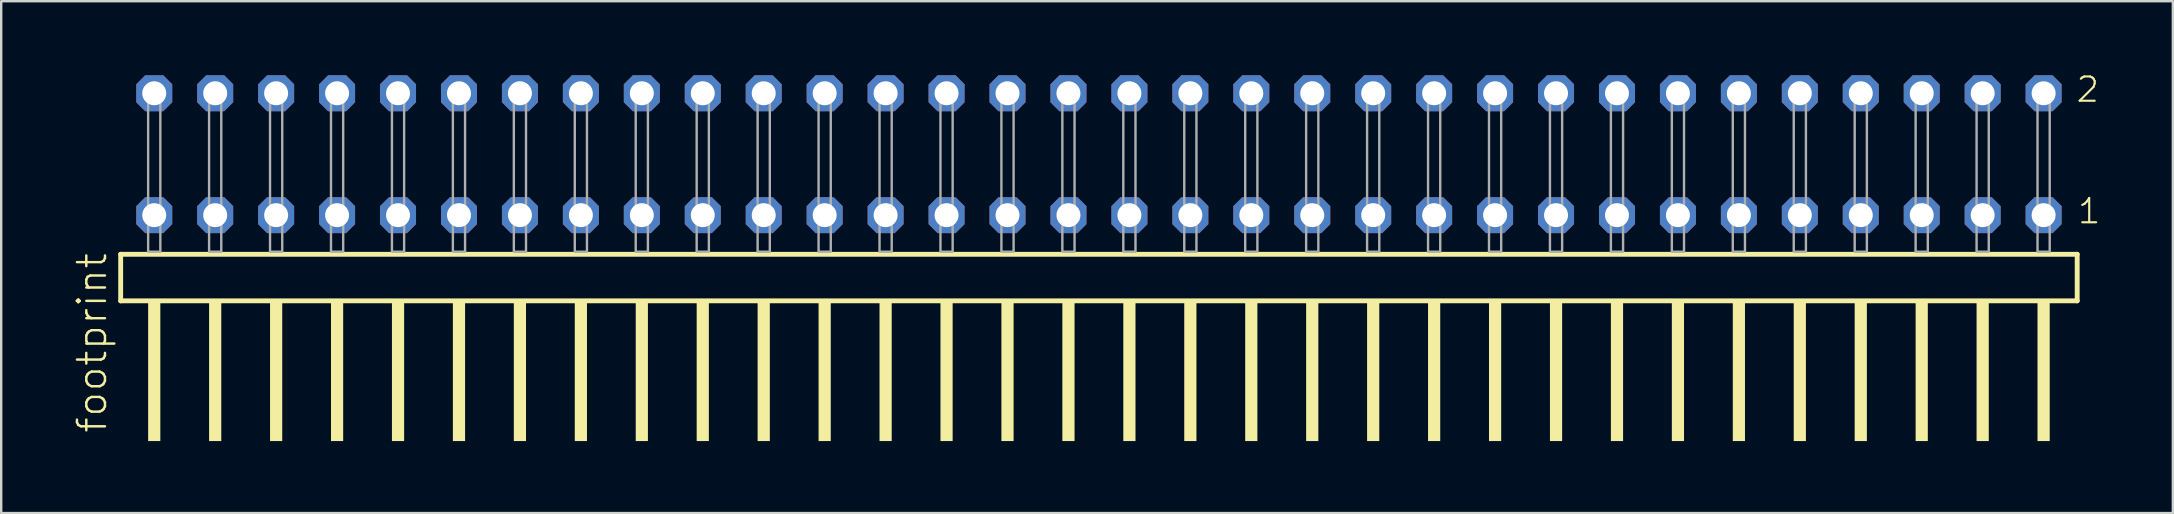
<source format=kicad_pcb>
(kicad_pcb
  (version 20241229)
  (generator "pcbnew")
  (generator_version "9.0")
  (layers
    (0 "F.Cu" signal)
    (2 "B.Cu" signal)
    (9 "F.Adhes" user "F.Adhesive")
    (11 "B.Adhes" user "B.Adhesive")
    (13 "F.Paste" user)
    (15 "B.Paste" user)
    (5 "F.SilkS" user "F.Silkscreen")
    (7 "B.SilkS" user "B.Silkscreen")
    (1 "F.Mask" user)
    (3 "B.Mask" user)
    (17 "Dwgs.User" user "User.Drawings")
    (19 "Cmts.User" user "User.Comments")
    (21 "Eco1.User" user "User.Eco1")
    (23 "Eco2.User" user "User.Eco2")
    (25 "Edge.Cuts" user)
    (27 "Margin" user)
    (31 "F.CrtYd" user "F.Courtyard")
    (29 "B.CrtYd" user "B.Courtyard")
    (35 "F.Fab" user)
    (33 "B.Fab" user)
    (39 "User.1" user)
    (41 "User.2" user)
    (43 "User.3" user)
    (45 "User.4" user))
  (footprint "footprint"
    (layer "F.Cu")
    (at 42.748 7.441)
    (property "Reference" "footprint" (at -41.275 7.62 90) (layer "F.SilkS") (effects (font (size 1.168 1.168) (thickness 0.102)) (justify left bottom)))
    (fp_line (start -40.769 0.106) (end -40.769 2.046) (stroke (width 0.203) (type solid)) (layer "F.SilkS"))
    (fp_line (start -40.769 2.046) (end 40.769 2.046) (stroke (width 0.203) (type solid)) (layer "F.SilkS"))
    (fp_line (start 40.769 0.106) (end -40.769 0.106) (stroke (width 0.203) (type solid)) (layer "F.SilkS"))
    (fp_line (start 40.769 2.046) (end 40.769 0.106) (stroke (width 0.203) (type solid)) (layer "F.SilkS"))
    (fp_poly (pts (xy -39.624 7.89) (xy -39.116 7.89) (xy -39.116 2.04) (xy -39.624 2.04)) (stroke (width 0) (type solid)) (fill yes) (layer "F.SilkS"))
    (fp_poly (pts (xy -37.084 7.89) (xy -36.576 7.89) (xy -36.576 2.04) (xy -37.084 2.04)) (stroke (width 0) (type solid)) (fill yes) (layer "F.SilkS"))
    (fp_poly (pts (xy -34.544 7.89) (xy -34.036 7.89) (xy -34.036 2.04) (xy -34.544 2.04)) (stroke (width 0) (type solid)) (fill yes) (layer "F.SilkS"))
    (fp_poly (pts (xy -32.004 7.89) (xy -31.496 7.89) (xy -31.496 2.04) (xy -32.004 2.04)) (stroke (width 0) (type solid)) (fill yes) (layer "F.SilkS"))
    (fp_poly (pts (xy -29.464 7.89) (xy -28.956 7.89) (xy -28.956 2.04) (xy -29.464 2.04)) (stroke (width 0) (type solid)) (fill yes) (layer "F.SilkS"))
    (fp_poly (pts (xy -26.924 7.89) (xy -26.416 7.89) (xy -26.416 2.04) (xy -26.924 2.04)) (stroke (width 0) (type solid)) (fill yes) (layer "F.SilkS"))
    (fp_poly (pts (xy -24.384 7.89) (xy -23.876 7.89) (xy -23.876 2.04) (xy -24.384 2.04)) (stroke (width 0) (type solid)) (fill yes) (layer "F.SilkS"))
    (fp_poly (pts (xy -21.844 7.89) (xy -21.336 7.89) (xy -21.336 2.04) (xy -21.844 2.04)) (stroke (width 0) (type solid)) (fill yes) (layer "F.SilkS"))
    (fp_poly (pts (xy -19.304 7.89) (xy -18.796 7.89) (xy -18.796 2.04) (xy -19.304 2.04)) (stroke (width 0) (type solid)) (fill yes) (layer "F.SilkS"))
    (fp_poly (pts (xy -16.764 7.89) (xy -16.256 7.89) (xy -16.256 2.04) (xy -16.764 2.04)) (stroke (width 0) (type solid)) (fill yes) (layer "F.SilkS"))
    (fp_poly (pts (xy -14.224 7.89) (xy -13.716 7.89) (xy -13.716 2.04) (xy -14.224 2.04)) (stroke (width 0) (type solid)) (fill yes) (layer "F.SilkS"))
    (fp_poly (pts (xy -11.684 7.89) (xy -11.176 7.89) (xy -11.176 2.04) (xy -11.684 2.04)) (stroke (width 0) (type solid)) (fill yes) (layer "F.SilkS"))
    (fp_poly (pts (xy -9.144 7.89) (xy -8.636 7.89) (xy -8.636 2.04) (xy -9.144 2.04)) (stroke (width 0) (type solid)) (fill yes) (layer "F.SilkS"))
    (fp_poly (pts (xy -6.604 7.89) (xy -6.096 7.89) (xy -6.096 2.04) (xy -6.604 2.04)) (stroke (width 0) (type solid)) (fill yes) (layer "F.SilkS"))
    (fp_poly (pts (xy -4.064 7.89) (xy -3.556 7.89) (xy -3.556 2.04) (xy -4.064 2.04)) (stroke (width 0) (type solid)) (fill yes) (layer "F.SilkS"))
    (fp_poly (pts (xy -1.524 7.89) (xy -1.016 7.89) (xy -1.016 2.04) (xy -1.524 2.04)) (stroke (width 0) (type solid)) (fill yes) (layer "F.SilkS"))
    (fp_poly (pts (xy 1.016 7.89) (xy 1.524 7.89) (xy 1.524 2.04) (xy 1.016 2.04)) (stroke (width 0) (type solid)) (fill yes) (layer "F.SilkS"))
    (fp_poly (pts (xy 3.556 7.89) (xy 4.064 7.89) (xy 4.064 2.04) (xy 3.556 2.04)) (stroke (width 0) (type solid)) (fill yes) (layer "F.SilkS"))
    (fp_poly (pts (xy 6.096 7.89) (xy 6.604 7.89) (xy 6.604 2.04) (xy 6.096 2.04)) (stroke (width 0) (type solid)) (fill yes) (layer "F.SilkS"))
    (fp_poly (pts (xy 8.636 7.89) (xy 9.144 7.89) (xy 9.144 2.04) (xy 8.636 2.04)) (stroke (width 0) (type solid)) (fill yes) (layer "F.SilkS"))
    (fp_poly (pts (xy 11.176 7.89) (xy 11.684 7.89) (xy 11.684 2.04) (xy 11.176 2.04)) (stroke (width 0) (type solid)) (fill yes) (layer "F.SilkS"))
    (fp_poly (pts (xy 13.716 7.89) (xy 14.224 7.89) (xy 14.224 2.04) (xy 13.716 2.04)) (stroke (width 0) (type solid)) (fill yes) (layer "F.SilkS"))
    (fp_poly (pts (xy 16.256 7.89) (xy 16.764 7.89) (xy 16.764 2.04) (xy 16.256 2.04)) (stroke (width 0) (type solid)) (fill yes) (layer "F.SilkS"))
    (fp_poly (pts (xy 18.796 7.89) (xy 19.304 7.89) (xy 19.304 2.04) (xy 18.796 2.04)) (stroke (width 0) (type solid)) (fill yes) (layer "F.SilkS"))
    (fp_poly (pts (xy 21.336 7.89) (xy 21.844 7.89) (xy 21.844 2.04) (xy 21.336 2.04)) (stroke (width 0) (type solid)) (fill yes) (layer "F.SilkS"))
    (fp_poly (pts (xy 23.876 7.89) (xy 24.384 7.89) (xy 24.384 2.04) (xy 23.876 2.04)) (stroke (width 0) (type solid)) (fill yes) (layer "F.SilkS"))
    (fp_poly (pts (xy 26.416 7.89) (xy 26.924 7.89) (xy 26.924 2.04) (xy 26.416 2.04)) (stroke (width 0) (type solid)) (fill yes) (layer "F.SilkS"))
    (fp_poly (pts (xy 28.956 7.89) (xy 29.464 7.89) (xy 29.464 2.04) (xy 28.956 2.04)) (stroke (width 0) (type solid)) (fill yes) (layer "F.SilkS"))
    (fp_poly (pts (xy 31.496 7.89) (xy 32.004 7.89) (xy 32.004 2.04) (xy 31.496 2.04)) (stroke (width 0) (type solid)) (fill yes) (layer "F.SilkS"))
    (fp_poly (pts (xy 34.036 7.89) (xy 34.544 7.89) (xy 34.544 2.04) (xy 34.036 2.04)) (stroke (width 0) (type solid)) (fill yes) (layer "F.SilkS"))
    (fp_poly (pts (xy 36.576 7.89) (xy 37.084 7.89) (xy 37.084 2.04) (xy 36.576 2.04)) (stroke (width 0) (type solid)) (fill yes) (layer "F.SilkS"))
    (fp_poly (pts (xy 39.116 7.89) (xy 39.624 7.89) (xy 39.624 2.04) (xy 39.116 2.04)) (stroke (width 0) (type solid)) (fill yes) (layer "F.SilkS"))
    (fp_poly (pts (xy -39.624 0) (xy -39.116 0) (xy -39.116 -6.858) (xy -39.624 -6.858)) (stroke (width 0.1) (type solid)) (fill no) (layer "F.Fab"))
    (fp_poly (pts (xy -37.084 0) (xy -36.576 0) (xy -36.576 -6.858) (xy -37.084 -6.858)) (stroke (width 0.1) (type solid)) (fill no) (layer "F.Fab"))
    (fp_poly (pts (xy -34.544 0) (xy -34.036 0) (xy -34.036 -6.858) (xy -34.544 -6.858)) (stroke (width 0.1) (type solid)) (fill no) (layer "F.Fab"))
    (fp_poly (pts (xy -32.004 0) (xy -31.496 0) (xy -31.496 -6.858) (xy -32.004 -6.858)) (stroke (width 0.1) (type solid)) (fill no) (layer "F.Fab"))
    (fp_poly (pts (xy -29.464 0) (xy -28.956 0) (xy -28.956 -6.858) (xy -29.464 -6.858)) (stroke (width 0.1) (type solid)) (fill no) (layer "F.Fab"))
    (fp_poly (pts (xy -26.924 0) (xy -26.416 0) (xy -26.416 -6.858) (xy -26.924 -6.858)) (stroke (width 0.1) (type solid)) (fill no) (layer "F.Fab"))
    (fp_poly (pts (xy -24.384 0) (xy -23.876 0) (xy -23.876 -6.858) (xy -24.384 -6.858)) (stroke (width 0.1) (type solid)) (fill no) (layer "F.Fab"))
    (fp_poly (pts (xy -21.844 0) (xy -21.336 0) (xy -21.336 -6.858) (xy -21.844 -6.858)) (stroke (width 0.1) (type solid)) (fill no) (layer "F.Fab"))
    (fp_poly (pts (xy -19.304 0) (xy -18.796 0) (xy -18.796 -6.858) (xy -19.304 -6.858)) (stroke (width 0.1) (type solid)) (fill no) (layer "F.Fab"))
    (fp_poly (pts (xy -16.764 0) (xy -16.256 0) (xy -16.256 -6.858) (xy -16.764 -6.858)) (stroke (width 0.1) (type solid)) (fill no) (layer "F.Fab"))
    (fp_poly (pts (xy -14.224 0) (xy -13.716 0) (xy -13.716 -6.858) (xy -14.224 -6.858)) (stroke (width 0.1) (type solid)) (fill no) (layer "F.Fab"))
    (fp_poly (pts (xy -11.684 0) (xy -11.176 0) (xy -11.176 -6.858) (xy -11.684 -6.858)) (stroke (width 0.1) (type solid)) (fill no) (layer "F.Fab"))
    (fp_poly (pts (xy -9.144 0) (xy -8.636 0) (xy -8.636 -6.858) (xy -9.144 -6.858)) (stroke (width 0.1) (type solid)) (fill no) (layer "F.Fab"))
    (fp_poly (pts (xy -6.604 0) (xy -6.096 0) (xy -6.096 -6.858) (xy -6.604 -6.858)) (stroke (width 0.1) (type solid)) (fill no) (layer "F.Fab"))
    (fp_poly (pts (xy -4.064 0) (xy -3.556 0) (xy -3.556 -6.858) (xy -4.064 -6.858)) (stroke (width 0.1) (type solid)) (fill no) (layer "F.Fab"))
    (fp_poly (pts (xy -1.524 0) (xy -1.016 0) (xy -1.016 -6.858) (xy -1.524 -6.858)) (stroke (width 0.1) (type solid)) (fill no) (layer "F.Fab"))
    (fp_poly (pts (xy 1.016 0) (xy 1.524 0) (xy 1.524 -6.858) (xy 1.016 -6.858)) (stroke (width 0.1) (type solid)) (fill no) (layer "F.Fab"))
    (fp_poly (pts (xy 3.556 0) (xy 4.064 0) (xy 4.064 -6.858) (xy 3.556 -6.858)) (stroke (width 0.1) (type solid)) (fill no) (layer "F.Fab"))
    (fp_poly (pts (xy 6.096 0) (xy 6.604 0) (xy 6.604 -6.858) (xy 6.096 -6.858)) (stroke (width 0.1) (type solid)) (fill no) (layer "F.Fab"))
    (fp_poly (pts (xy 8.636 0) (xy 9.144 0) (xy 9.144 -6.858) (xy 8.636 -6.858)) (stroke (width 0.1) (type solid)) (fill no) (layer "F.Fab"))
    (fp_poly (pts (xy 11.176 0) (xy 11.684 0) (xy 11.684 -6.858) (xy 11.176 -6.858)) (stroke (width 0.1) (type solid)) (fill no) (layer "F.Fab"))
    (fp_poly (pts (xy 13.716 0) (xy 14.224 0) (xy 14.224 -6.858) (xy 13.716 -6.858)) (stroke (width 0.1) (type solid)) (fill no) (layer "F.Fab"))
    (fp_poly (pts (xy 16.256 0) (xy 16.764 0) (xy 16.764 -6.858) (xy 16.256 -6.858)) (stroke (width 0.1) (type solid)) (fill no) (layer "F.Fab"))
    (fp_poly (pts (xy 18.796 0) (xy 19.304 0) (xy 19.304 -6.858) (xy 18.796 -6.858)) (stroke (width 0.1) (type solid)) (fill no) (layer "F.Fab"))
    (fp_poly (pts (xy 21.336 0) (xy 21.844 0) (xy 21.844 -6.858) (xy 21.336 -6.858)) (stroke (width 0.1) (type solid)) (fill no) (layer "F.Fab"))
    (fp_poly (pts (xy 23.876 0) (xy 24.384 0) (xy 24.384 -6.858) (xy 23.876 -6.858)) (stroke (width 0.1) (type solid)) (fill no) (layer "F.Fab"))
    (fp_poly (pts (xy 26.416 0) (xy 26.924 0) (xy 26.924 -6.858) (xy 26.416 -6.858)) (stroke (width 0.1) (type solid)) (fill no) (layer "F.Fab"))
    (fp_poly (pts (xy 28.956 0) (xy 29.464 0) (xy 29.464 -6.858) (xy 28.956 -6.858)) (stroke (width 0.1) (type solid)) (fill no) (layer "F.Fab"))
    (fp_poly (pts (xy 31.496 0) (xy 32.004 0) (xy 32.004 -6.858) (xy 31.496 -6.858)) (stroke (width 0.1) (type solid)) (fill no) (layer "F.Fab"))
    (fp_poly (pts (xy 34.036 0) (xy 34.544 0) (xy 34.544 -6.858) (xy 34.036 -6.858)) (stroke (width 0.1) (type solid)) (fill no) (layer "F.Fab"))
    (fp_poly (pts (xy 36.576 0) (xy 37.084 0) (xy 37.084 -6.858) (xy 36.576 -6.858)) (stroke (width 0.1) (type solid)) (fill no) (layer "F.Fab"))
    (fp_poly (pts (xy 39.116 0) (xy 39.624 0) (xy 39.624 -6.858) (xy 39.116 -6.858)) (stroke (width 0.1) (type solid)) (fill no) (layer "F.Fab"))
    (fp_text user "2" (at 40.67 -6.165 0) (layer "F.SilkS") (effects (font (size 1.012 1.012) (thickness 0.088)) (justify left bottom)))
    (fp_text user "1" (at 40.73 -1.1 0) (layer "F.SilkS") (effects (font (size 1.012 1.012) (thickness 0.088)) (justify left bottom)))
    (pad "1" thru_hole roundrect (at 39.37 -1.524 180) (size 1.5 1.5) (drill 1) (layers "*.Cu" "*.Mask") (roundrect_rratio 0.25) (chamfer_ratio 0.25) (chamfer top_left top_right bottom_left bottom_right))
    (pad "2" thru_hole roundrect (at 39.37 -6.604 180) (size 1.5 1.5) (drill 1) (layers "*.Cu" "*.Mask") (roundrect_rratio 0.25) (chamfer_ratio 0.25) (chamfer top_left top_right bottom_left bottom_right))
    (pad "3" thru_hole roundrect (at 36.83 -1.524 180) (size 1.5 1.5) (drill 1) (layers "*.Cu" "*.Mask") (roundrect_rratio 0.25) (chamfer_ratio 0.25) (chamfer top_left top_right bottom_left bottom_right))
    (pad "4" thru_hole roundrect (at 36.83 -6.604 180) (size 1.5 1.5) (drill 1) (layers "*.Cu" "*.Mask") (roundrect_rratio 0.25) (chamfer_ratio 0.25) (chamfer top_left top_right bottom_left bottom_right))
    (pad "5" thru_hole roundrect (at 34.29 -1.524 180) (size 1.5 1.5) (drill 1) (layers "*.Cu" "*.Mask") (roundrect_rratio 0.25) (chamfer_ratio 0.25) (chamfer top_left top_right bottom_left bottom_right))
    (pad "6" thru_hole roundrect (at 34.29 -6.604 180) (size 1.5 1.5) (drill 1) (layers "*.Cu" "*.Mask") (roundrect_rratio 0.25) (chamfer_ratio 0.25) (chamfer top_left top_right bottom_left bottom_right))
    (pad "7" thru_hole roundrect (at 31.75 -1.524 180) (size 1.5 1.5) (drill 1) (layers "*.Cu" "*.Mask") (roundrect_rratio 0.25) (chamfer_ratio 0.25) (chamfer top_left top_right bottom_left bottom_right))
    (pad "8" thru_hole roundrect (at 31.75 -6.604 180) (size 1.5 1.5) (drill 1) (layers "*.Cu" "*.Mask") (roundrect_rratio 0.25) (chamfer_ratio 0.25) (chamfer top_left top_right bottom_left bottom_right))
    (pad "9" thru_hole roundrect (at 29.21 -1.524 180) (size 1.5 1.5) (drill 1) (layers "*.Cu" "*.Mask") (roundrect_rratio 0.25) (chamfer_ratio 0.25) (chamfer top_left top_right bottom_left bottom_right))
    (pad "10" thru_hole roundrect (at 29.21 -6.604 180) (size 1.5 1.5) (drill 1) (layers "*.Cu" "*.Mask") (roundrect_rratio 0.25) (chamfer_ratio 0.25) (chamfer top_left top_right bottom_left bottom_right))
    (pad "11" thru_hole roundrect (at 26.67 -1.524 180) (size 1.5 1.5) (drill 1) (layers "*.Cu" "*.Mask") (roundrect_rratio 0.25) (chamfer_ratio 0.25) (chamfer top_left top_right bottom_left bottom_right))
    (pad "12" thru_hole roundrect (at 26.67 -6.604 180) (size 1.5 1.5) (drill 1) (layers "*.Cu" "*.Mask") (roundrect_rratio 0.25) (chamfer_ratio 0.25) (chamfer top_left top_right bottom_left bottom_right))
    (pad "13" thru_hole roundrect (at 24.13 -1.524 180) (size 1.5 1.5) (drill 1) (layers "*.Cu" "*.Mask") (roundrect_rratio 0.25) (chamfer_ratio 0.25) (chamfer top_left top_right bottom_left bottom_right))
    (pad "14" thru_hole roundrect (at 24.13 -6.604 180) (size 1.5 1.5) (drill 1) (layers "*.Cu" "*.Mask") (roundrect_rratio 0.25) (chamfer_ratio 0.25) (chamfer top_left top_right bottom_left bottom_right))
    (pad "15" thru_hole roundrect (at 21.59 -1.524 180) (size 1.5 1.5) (drill 1) (layers "*.Cu" "*.Mask") (roundrect_rratio 0.25) (chamfer_ratio 0.25) (chamfer top_left top_right bottom_left bottom_right))
    (pad "16" thru_hole roundrect (at 21.59 -6.604 180) (size 1.5 1.5) (drill 1) (layers "*.Cu" "*.Mask") (roundrect_rratio 0.25) (chamfer_ratio 0.25) (chamfer top_left top_right bottom_left bottom_right))
    (pad "17" thru_hole roundrect (at 19.05 -1.524 180) (size 1.5 1.5) (drill 1) (layers "*.Cu" "*.Mask") (roundrect_rratio 0.25) (chamfer_ratio 0.25) (chamfer top_left top_right bottom_left bottom_right))
    (pad "18" thru_hole roundrect (at 19.05 -6.604 180) (size 1.5 1.5) (drill 1) (layers "*.Cu" "*.Mask") (roundrect_rratio 0.25) (chamfer_ratio 0.25) (chamfer top_left top_right bottom_left bottom_right))
    (pad "19" thru_hole roundrect (at 16.51 -1.524 180) (size 1.5 1.5) (drill 1) (layers "*.Cu" "*.Mask") (roundrect_rratio 0.25) (chamfer_ratio 0.25) (chamfer top_left top_right bottom_left bottom_right))
    (pad "20" thru_hole roundrect (at 16.51 -6.604 180) (size 1.5 1.5) (drill 1) (layers "*.Cu" "*.Mask") (roundrect_rratio 0.25) (chamfer_ratio 0.25) (chamfer top_left top_right bottom_left bottom_right))
    (pad "21" thru_hole roundrect (at 13.97 -1.524 180) (size 1.5 1.5) (drill 1) (layers "*.Cu" "*.Mask") (roundrect_rratio 0.25) (chamfer_ratio 0.25) (chamfer top_left top_right bottom_left bottom_right))
    (pad "22" thru_hole roundrect (at 13.97 -6.604 180) (size 1.5 1.5) (drill 1) (layers "*.Cu" "*.Mask") (roundrect_rratio 0.25) (chamfer_ratio 0.25) (chamfer top_left top_right bottom_left bottom_right))
    (pad "23" thru_hole roundrect (at 11.43 -1.524 180) (size 1.5 1.5) (drill 1) (layers "*.Cu" "*.Mask") (roundrect_rratio 0.25) (chamfer_ratio 0.25) (chamfer top_left top_right bottom_left bottom_right))
    (pad "24" thru_hole roundrect (at 11.43 -6.604 180) (size 1.5 1.5) (drill 1) (layers "*.Cu" "*.Mask") (roundrect_rratio 0.25) (chamfer_ratio 0.25) (chamfer top_left top_right bottom_left bottom_right))
    (pad "25" thru_hole roundrect (at 8.89 -1.524 180) (size 1.5 1.5) (drill 1) (layers "*.Cu" "*.Mask") (roundrect_rratio 0.25) (chamfer_ratio 0.25) (chamfer top_left top_right bottom_left bottom_right))
    (pad "26" thru_hole roundrect (at 8.89 -6.604 180) (size 1.5 1.5) (drill 1) (layers "*.Cu" "*.Mask") (roundrect_rratio 0.25) (chamfer_ratio 0.25) (chamfer top_left top_right bottom_left bottom_right))
    (pad "27" thru_hole roundrect (at 6.35 -1.524 180) (size 1.5 1.5) (drill 1) (layers "*.Cu" "*.Mask") (roundrect_rratio 0.25) (chamfer_ratio 0.25) (chamfer top_left top_right bottom_left bottom_right))
    (pad "28" thru_hole roundrect (at 6.35 -6.604 180) (size 1.5 1.5) (drill 1) (layers "*.Cu" "*.Mask") (roundrect_rratio 0.25) (chamfer_ratio 0.25) (chamfer top_left top_right bottom_left bottom_right))
    (pad "29" thru_hole roundrect (at 3.81 -1.524 180) (size 1.5 1.5) (drill 1) (layers "*.Cu" "*.Mask") (roundrect_rratio 0.25) (chamfer_ratio 0.25) (chamfer top_left top_right bottom_left bottom_right))
    (pad "30" thru_hole roundrect (at 3.81 -6.604 180) (size 1.5 1.5) (drill 1) (layers "*.Cu" "*.Mask") (roundrect_rratio 0.25) (chamfer_ratio 0.25) (chamfer top_left top_right bottom_left bottom_right))
    (pad "31" thru_hole roundrect (at 1.27 -1.524 180) (size 1.5 1.5) (drill 1) (layers "*.Cu" "*.Mask") (roundrect_rratio 0.25) (chamfer_ratio 0.25) (chamfer top_left top_right bottom_left bottom_right))
    (pad "32" thru_hole roundrect (at 1.27 -6.604 180) (size 1.5 1.5) (drill 1) (layers "*.Cu" "*.Mask") (roundrect_rratio 0.25) (chamfer_ratio 0.25) (chamfer top_left top_right bottom_left bottom_right))
    (pad "33" thru_hole roundrect (at -1.27 -1.524 180) (size 1.5 1.5) (drill 1) (layers "*.Cu" "*.Mask") (roundrect_rratio 0.25) (chamfer_ratio 0.25) (chamfer top_left top_right bottom_left bottom_right))
    (pad "34" thru_hole roundrect (at -1.27 -6.604 180) (size 1.5 1.5) (drill 1) (layers "*.Cu" "*.Mask") (roundrect_rratio 0.25) (chamfer_ratio 0.25) (chamfer top_left top_right bottom_left bottom_right))
    (pad "35" thru_hole roundrect (at -3.81 -1.524 180) (size 1.5 1.5) (drill 1) (layers "*.Cu" "*.Mask") (roundrect_rratio 0.25) (chamfer_ratio 0.25) (chamfer top_left top_right bottom_left bottom_right))
    (pad "36" thru_hole roundrect (at -3.81 -6.604 180) (size 1.5 1.5) (drill 1) (layers "*.Cu" "*.Mask") (roundrect_rratio 0.25) (chamfer_ratio 0.25) (chamfer top_left top_right bottom_left bottom_right))
    (pad "37" thru_hole roundrect (at -6.35 -1.524 180) (size 1.5 1.5) (drill 1) (layers "*.Cu" "*.Mask") (roundrect_rratio 0.25) (chamfer_ratio 0.25) (chamfer top_left top_right bottom_left bottom_right))
    (pad "38" thru_hole roundrect (at -6.35 -6.604 180) (size 1.5 1.5) (drill 1) (layers "*.Cu" "*.Mask") (roundrect_rratio 0.25) (chamfer_ratio 0.25) (chamfer top_left top_right bottom_left bottom_right))
    (pad "39" thru_hole roundrect (at -8.89 -1.524 180) (size 1.5 1.5) (drill 1) (layers "*.Cu" "*.Mask") (roundrect_rratio 0.25) (chamfer_ratio 0.25) (chamfer top_left top_right bottom_left bottom_right))
    (pad "40" thru_hole roundrect (at -8.89 -6.604 180) (size 1.5 1.5) (drill 1) (layers "*.Cu" "*.Mask") (roundrect_rratio 0.25) (chamfer_ratio 0.25) (chamfer top_left top_right bottom_left bottom_right))
    (pad "41" thru_hole roundrect (at -11.43 -1.524 180) (size 1.5 1.5) (drill 1) (layers "*.Cu" "*.Mask") (roundrect_rratio 0.25) (chamfer_ratio 0.25) (chamfer top_left top_right bottom_left bottom_right))
    (pad "42" thru_hole roundrect (at -11.43 -6.604 180) (size 1.5 1.5) (drill 1) (layers "*.Cu" "*.Mask") (roundrect_rratio 0.25) (chamfer_ratio 0.25) (chamfer top_left top_right bottom_left bottom_right))
    (pad "43" thru_hole roundrect (at -13.97 -1.524 180) (size 1.5 1.5) (drill 1) (layers "*.Cu" "*.Mask") (roundrect_rratio 0.25) (chamfer_ratio 0.25) (chamfer top_left top_right bottom_left bottom_right))
    (pad "44" thru_hole roundrect (at -13.97 -6.604 180) (size 1.5 1.5) (drill 1) (layers "*.Cu" "*.Mask") (roundrect_rratio 0.25) (chamfer_ratio 0.25) (chamfer top_left top_right bottom_left bottom_right))
    (pad "45" thru_hole roundrect (at -16.51 -1.524 180) (size 1.5 1.5) (drill 1) (layers "*.Cu" "*.Mask") (roundrect_rratio 0.25) (chamfer_ratio 0.25) (chamfer top_left top_right bottom_left bottom_right))
    (pad "46" thru_hole roundrect (at -16.51 -6.604 180) (size 1.5 1.5) (drill 1) (layers "*.Cu" "*.Mask") (roundrect_rratio 0.25) (chamfer_ratio 0.25) (chamfer top_left top_right bottom_left bottom_right))
    (pad "47" thru_hole roundrect (at -19.05 -1.524 180) (size 1.5 1.5) (drill 1) (layers "*.Cu" "*.Mask") (roundrect_rratio 0.25) (chamfer_ratio 0.25) (chamfer top_left top_right bottom_left bottom_right))
    (pad "48" thru_hole roundrect (at -19.05 -6.604 180) (size 1.5 1.5) (drill 1) (layers "*.Cu" "*.Mask") (roundrect_rratio 0.25) (chamfer_ratio 0.25) (chamfer top_left top_right bottom_left bottom_right))
    (pad "49" thru_hole roundrect (at -21.59 -1.524 180) (size 1.5 1.5) (drill 1) (layers "*.Cu" "*.Mask") (roundrect_rratio 0.25) (chamfer_ratio 0.25) (chamfer top_left top_right bottom_left bottom_right))
    (pad "50" thru_hole roundrect (at -21.59 -6.604 180) (size 1.5 1.5) (drill 1) (layers "*.Cu" "*.Mask") (roundrect_rratio 0.25) (chamfer_ratio 0.25) (chamfer top_left top_right bottom_left bottom_right))
    (pad "51" thru_hole roundrect (at -24.13 -1.524 180) (size 1.5 1.5) (drill 1) (layers "*.Cu" "*.Mask") (roundrect_rratio 0.25) (chamfer_ratio 0.25) (chamfer top_left top_right bottom_left bottom_right))
    (pad "52" thru_hole roundrect (at -24.13 -6.604 180) (size 1.5 1.5) (drill 1) (layers "*.Cu" "*.Mask") (roundrect_rratio 0.25) (chamfer_ratio 0.25) (chamfer top_left top_right bottom_left bottom_right))
    (pad "53" thru_hole roundrect (at -26.67 -1.524 180) (size 1.5 1.5) (drill 1) (layers "*.Cu" "*.Mask") (roundrect_rratio 0.25) (chamfer_ratio 0.25) (chamfer top_left top_right bottom_left bottom_right))
    (pad "54" thru_hole roundrect (at -26.67 -6.604 180) (size 1.5 1.5) (drill 1) (layers "*.Cu" "*.Mask") (roundrect_rratio 0.25) (chamfer_ratio 0.25) (chamfer top_left top_right bottom_left bottom_right))
    (pad "55" thru_hole roundrect (at -29.21 -1.524 180) (size 1.5 1.5) (drill 1) (layers "*.Cu" "*.Mask") (roundrect_rratio 0.25) (chamfer_ratio 0.25) (chamfer top_left top_right bottom_left bottom_right))
    (pad "56" thru_hole roundrect (at -29.21 -6.604 180) (size 1.5 1.5) (drill 1) (layers "*.Cu" "*.Mask") (roundrect_rratio 0.25) (chamfer_ratio 0.25) (chamfer top_left top_right bottom_left bottom_right))
    (pad "57" thru_hole roundrect (at -31.75 -1.524 180) (size 1.5 1.5) (drill 1) (layers "*.Cu" "*.Mask") (roundrect_rratio 0.25) (chamfer_ratio 0.25) (chamfer top_left top_right bottom_left bottom_right))
    (pad "58" thru_hole roundrect (at -31.75 -6.604 180) (size 1.5 1.5) (drill 1) (layers "*.Cu" "*.Mask") (roundrect_rratio 0.25) (chamfer_ratio 0.25) (chamfer top_left top_right bottom_left bottom_right))
    (pad "59" thru_hole roundrect (at -34.29 -1.524 180) (size 1.5 1.5) (drill 1) (layers "*.Cu" "*.Mask") (roundrect_rratio 0.25) (chamfer_ratio 0.25) (chamfer top_left top_right bottom_left bottom_right))
    (pad "60" thru_hole roundrect (at -34.29 -6.604 180) (size 1.5 1.5) (drill 1) (layers "*.Cu" "*.Mask") (roundrect_rratio 0.25) (chamfer_ratio 0.25) (chamfer top_left top_right bottom_left bottom_right))
    (pad "61" thru_hole roundrect (at -36.83 -1.524 180) (size 1.5 1.5) (drill 1) (layers "*.Cu" "*.Mask") (roundrect_rratio 0.25) (chamfer_ratio 0.25) (chamfer top_left top_right bottom_left bottom_right))
    (pad "62" thru_hole roundrect (at -36.83 -6.604 180) (size 1.5 1.5) (drill 1) (layers "*.Cu" "*.Mask") (roundrect_rratio 0.25) (chamfer_ratio 0.25) (chamfer top_left top_right bottom_left bottom_right))
    (pad "63" thru_hole roundrect (at -39.37 -1.524 180) (size 1.5 1.5) (drill 1) (layers "*.Cu" "*.Mask") (roundrect_rratio 0.25) (chamfer_ratio 0.25) (chamfer top_left top_right bottom_left bottom_right))
    (pad "64" thru_hole roundrect (at -39.37 -6.604 180) (size 1.5 1.5) (drill 1) (layers "*.Cu" "*.Mask") (roundrect_rratio 0.25) (chamfer_ratio 0.25) (chamfer top_left top_right bottom_left bottom_right)))
  (gr_rect
    (start -3 -3)
    (end 87.504 18.331)
    (stroke (width 0.1) (type default))
    (fill no)
    (layer "Edge.Cuts")))
</source>
